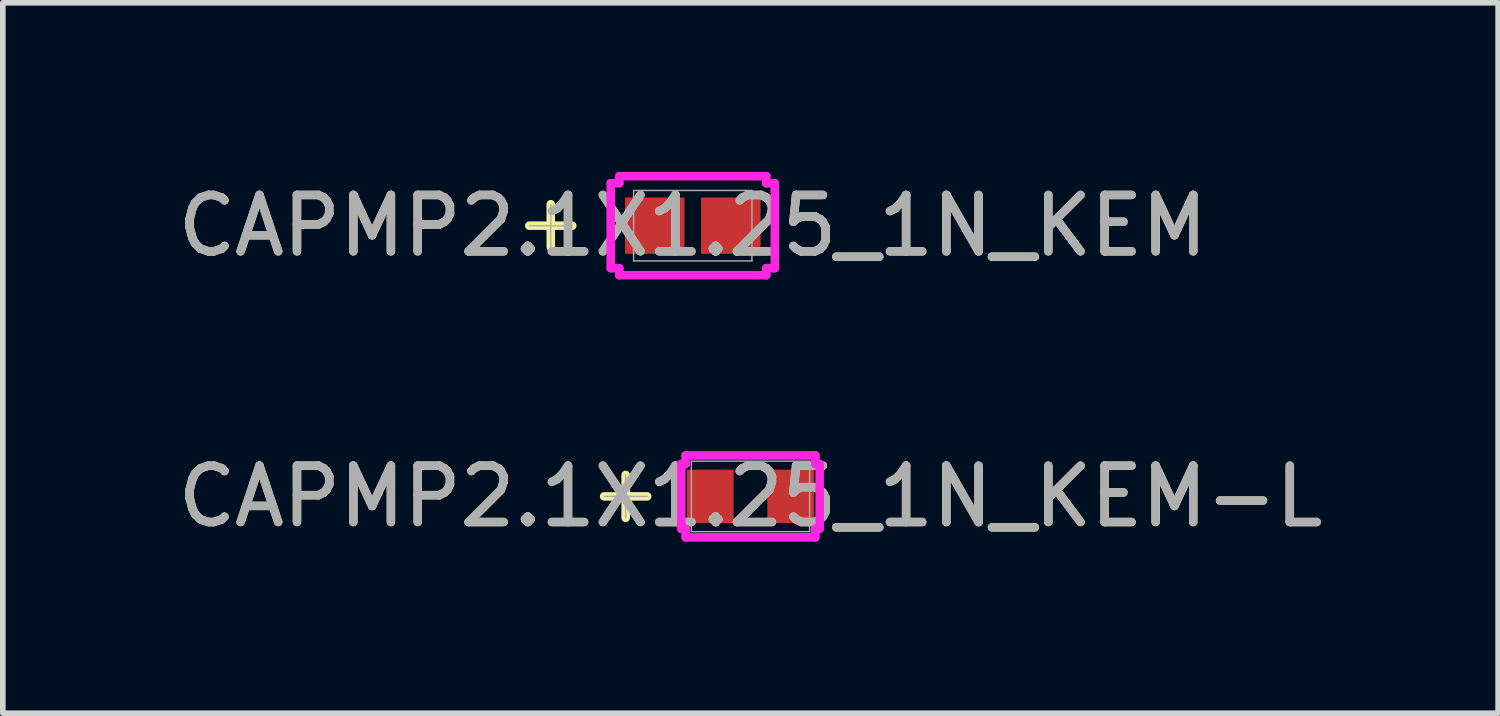
<source format=kicad_pcb>
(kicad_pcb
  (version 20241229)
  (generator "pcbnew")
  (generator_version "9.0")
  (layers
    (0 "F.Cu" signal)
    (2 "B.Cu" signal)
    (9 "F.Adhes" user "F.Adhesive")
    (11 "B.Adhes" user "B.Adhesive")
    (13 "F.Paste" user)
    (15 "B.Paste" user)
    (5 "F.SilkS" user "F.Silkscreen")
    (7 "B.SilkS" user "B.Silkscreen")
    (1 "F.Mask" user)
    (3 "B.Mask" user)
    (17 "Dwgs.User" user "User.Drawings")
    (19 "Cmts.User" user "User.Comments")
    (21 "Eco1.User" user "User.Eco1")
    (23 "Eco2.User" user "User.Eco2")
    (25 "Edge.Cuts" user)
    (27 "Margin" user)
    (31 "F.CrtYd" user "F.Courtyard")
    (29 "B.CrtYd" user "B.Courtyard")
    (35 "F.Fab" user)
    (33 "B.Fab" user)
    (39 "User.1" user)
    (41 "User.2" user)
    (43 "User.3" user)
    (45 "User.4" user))
  (footprint "CAPMP2.1X1.25_1N_KEM"
    (layer "F.Cu")
    (at 9.244 0.955)
    (property "Reference" "CAPMP2.1X1.25_1N_KEM" (at 0 0 0) (unlocked yes) (layer "F.SilkS") (effects (font (size 1 1) (thickness 0.15))))
    (attr smd)
    (fp_line (start -2.52 -0.381) (end -2.52 0.381) (stroke (width 0.152) (type solid)) (layer "F.SilkS"))
    (fp_line (start -2.139 0) (end -2.901 0) (stroke (width 0.152) (type solid)) (layer "F.SilkS"))
    (fp_line (start -1.456 -0.754) (end -1.304 -0.754) (stroke (width 0.152) (type solid)) (layer "F.CrtYd"))
    (fp_line (start -1.456 0.754) (end -1.456 -0.754) (stroke (width 0.152) (type solid)) (layer "F.CrtYd"))
    (fp_line (start -1.304 -0.879) (end 1.304 -0.879) (stroke (width 0.152) (type solid)) (layer "F.CrtYd"))
    (fp_line (start -1.304 -0.754) (end -1.304 -0.879) (stroke (width 0.152) (type solid)) (layer "F.CrtYd"))
    (fp_line (start -1.304 0.754) (end -1.456 0.754) (stroke (width 0.152) (type solid)) (layer "F.CrtYd"))
    (fp_line (start -1.304 0.879) (end -1.304 0.754) (stroke (width 0.152) (type solid)) (layer "F.CrtYd"))
    (fp_line (start 1.304 -0.879) (end 1.304 -0.754) (stroke (width 0.152) (type solid)) (layer "F.CrtYd"))
    (fp_line (start 1.304 -0.754) (end 1.456 -0.754) (stroke (width 0.152) (type solid)) (layer "F.CrtYd"))
    (fp_line (start 1.304 0.754) (end 1.304 0.879) (stroke (width 0.152) (type solid)) (layer "F.CrtYd"))
    (fp_line (start 1.304 0.879) (end -1.304 0.879) (stroke (width 0.152) (type solid)) (layer "F.CrtYd"))
    (fp_line (start 1.456 -0.754) (end 1.456 0.754) (stroke (width 0.152) (type solid)) (layer "F.CrtYd"))
    (fp_line (start 1.456 0.754) (end 1.304 0.754) (stroke (width 0.152) (type solid)) (layer "F.CrtYd"))
    (fp_line (start -2.52 -0.381) (end -2.52 0.381) (stroke (width 0.025) (type solid)) (layer "F.Fab"))
    (fp_line (start -2.139 0) (end -2.901 0) (stroke (width 0.025) (type solid)) (layer "F.Fab"))
    (fp_line (start -1.05 -0.625) (end -1.05 0.625) (stroke (width 0.025) (type solid)) (layer "F.Fab"))
    (fp_line (start -1.05 0.625) (end 1.05 0.625) (stroke (width 0.025) (type solid)) (layer "F.Fab"))
    (fp_line (start 1.05 -0.625) (end -1.05 -0.625) (stroke (width 0.025) (type solid)) (layer "F.Fab"))
    (fp_line (start 1.05 0.625) (end 1.05 -0.625) (stroke (width 0.025) (type solid)) (layer "F.Fab"))
    (fp_text user "${REFERENCE}" (at 0 0 0) (unlocked yes) (layer "F.Fab") (effects (font (size 1 1) (thickness 0.15))))
    (pad "1" smd rect (at -0.675 0 90) (size 1 1.055) (layers "F.Cu" "F.Mask" "F.Paste"))
    (pad "2" smd rect (at 0.675 0 90) (size 1 1.055) (layers "F.Cu" "F.Mask" "F.Paste"))
    (zone (net_name "") (layer "F.Cu") (hatch full 0.508) (connect_pads) (min_thickness 0.254) (filled_areas_thickness no) (keepout (tracks not_allowed) (vias not_allowed) (pads allowed) (copperpour not_allowed) (footprints allowed)) (placement (enabled no)) (fill) (polygon (pts (xy 8.245 0.381) (xy 10.243 0.381) (xy 10.243 0.404) (xy 8.245 0.404))))
    (zone (net_name "") (layer "F.Cu") (hatch full 0.508) (connect_pads) (min_thickness 0.254) (filled_areas_thickness no) (keepout (tracks not_allowed) (vias not_allowed) (pads allowed) (copperpour not_allowed) (footprints allowed)) (placement (enabled no)) (fill) (polygon (pts (xy 8.245 1.506) (xy 10.243 1.506) (xy 10.243 1.529) (xy 8.245 1.529))))
    (zone (net_name "") (layer "F.Cu") (hatch full 0.508) (connect_pads) (min_thickness 0.254) (filled_areas_thickness no) (keepout (tracks not_allowed) (vias not_allowed) (pads allowed) (copperpour not_allowed) (footprints allowed)) (placement (enabled no)) (fill) (polygon (pts (xy 9.148 0.404) (xy 9.34 0.404) (xy 9.34 1.506) (xy 9.148 1.506)))))
  (footprint "CAPMP2.1X1.25_1N_KEM-L"
    (layer "F.Cu")
    (at 10.268 5.759)
    (property "Reference" "CAPMP2.1X1.25_1N_KEM-L" (at 0 0 0) (unlocked yes) (layer "F.SilkS") (effects (font (size 1 1) (thickness 0.15))))
    (attr smd)
    (fp_line (start -2.215 -0.381) (end -2.215 0.381) (stroke (width 0.152) (type solid)) (layer "F.SilkS"))
    (fp_line (start -1.834 0) (end -2.596 0) (stroke (width 0.152) (type solid)) (layer "F.SilkS"))
    (fp_line (start -1.228 -0.576) (end -1.152 -0.576) (stroke (width 0.152) (type solid)) (layer "F.CrtYd"))
    (fp_line (start -1.228 0.576) (end -1.228 -0.576) (stroke (width 0.152) (type solid)) (layer "F.CrtYd"))
    (fp_line (start -1.152 -0.727) (end 1.152 -0.727) (stroke (width 0.152) (type solid)) (layer "F.CrtYd"))
    (fp_line (start -1.152 -0.576) (end -1.152 -0.727) (stroke (width 0.152) (type solid)) (layer "F.CrtYd"))
    (fp_line (start -1.152 0.576) (end -1.228 0.576) (stroke (width 0.152) (type solid)) (layer "F.CrtYd"))
    (fp_line (start -1.152 0.727) (end -1.152 0.576) (stroke (width 0.152) (type solid)) (layer "F.CrtYd"))
    (fp_line (start 1.152 -0.727) (end 1.152 -0.576) (stroke (width 0.152) (type solid)) (layer "F.CrtYd"))
    (fp_line (start 1.152 -0.576) (end 1.228 -0.576) (stroke (width 0.152) (type solid)) (layer "F.CrtYd"))
    (fp_line (start 1.152 0.576) (end 1.152 0.727) (stroke (width 0.152) (type solid)) (layer "F.CrtYd"))
    (fp_line (start 1.152 0.727) (end -1.152 0.727) (stroke (width 0.152) (type solid)) (layer "F.CrtYd"))
    (fp_line (start 1.228 -0.576) (end 1.228 0.576) (stroke (width 0.152) (type solid)) (layer "F.CrtYd"))
    (fp_line (start 1.228 0.576) (end 1.152 0.576) (stroke (width 0.152) (type solid)) (layer "F.CrtYd"))
    (fp_line (start -2.215 -0.381) (end -2.215 0.381) (stroke (width 0.025) (type solid)) (layer "F.Fab"))
    (fp_line (start -1.834 0) (end -2.596 0) (stroke (width 0.025) (type solid)) (layer "F.Fab"))
    (fp_line (start -1.05 -0.625) (end -1.05 0.625) (stroke (width 0.025) (type solid)) (layer "F.Fab"))
    (fp_line (start -1.05 0.625) (end 1.05 0.625) (stroke (width 0.025) (type solid)) (layer "F.Fab"))
    (fp_line (start 1.05 -0.625) (end -1.05 -0.625) (stroke (width 0.025) (type solid)) (layer "F.Fab"))
    (fp_line (start 1.05 0.625) (end 1.05 -0.625) (stroke (width 0.025) (type solid)) (layer "F.Fab"))
    (fp_text user "${REFERENCE}" (at 0 0 0) (unlocked yes) (layer "F.Fab") (effects (font (size 1 1) (thickness 0.15))))
    (pad "1" smd rect (at -0.713 0 90) (size 0.949 0.827) (layers "F.Cu" "F.Mask" "F.Paste"))
    (pad "2" smd rect (at 0.713 0 90) (size 0.949 0.827) (layers "F.Cu" "F.Mask" "F.Paste"))
    (zone (net_name "") (layer "F.Cu") (hatch full 0.508) (connect_pads) (min_thickness 0.254) (filled_areas_thickness no) (keepout (tracks not_allowed) (vias not_allowed) (pads allowed) (copperpour not_allowed) (footprints allowed)) (placement (enabled no)) (fill) (polygon (pts (xy 9.269 5.184) (xy 11.267 5.184) (xy 11.267 5.208) (xy 9.269 5.208))))
    (zone (net_name "") (layer "F.Cu") (hatch full 0.508) (connect_pads) (min_thickness 0.254) (filled_areas_thickness no) (keepout (tracks not_allowed) (vias not_allowed) (pads allowed) (copperpour not_allowed) (footprints allowed)) (placement (enabled no)) (fill) (polygon (pts (xy 9.269 6.309) (xy 11.267 6.309) (xy 11.267 6.333) (xy 9.269 6.333))))
    (zone (net_name "") (layer "F.Cu") (hatch full 0.508) (connect_pads) (min_thickness 0.254) (filled_areas_thickness no) (keepout (tracks not_allowed) (vias not_allowed) (pads allowed) (copperpour not_allowed) (footprints allowed)) (placement (enabled no)) (fill) (polygon (pts (xy 10.02 5.208) (xy 10.516 5.208) (xy 10.516 6.309) (xy 10.02 6.309)))))
  (gr_rect
    (start -3 -3)
    (end 23.536 9.607)
    (stroke (width 0.1) (type default))
    (fill no)
    (layer "Edge.Cuts")))
</source>
